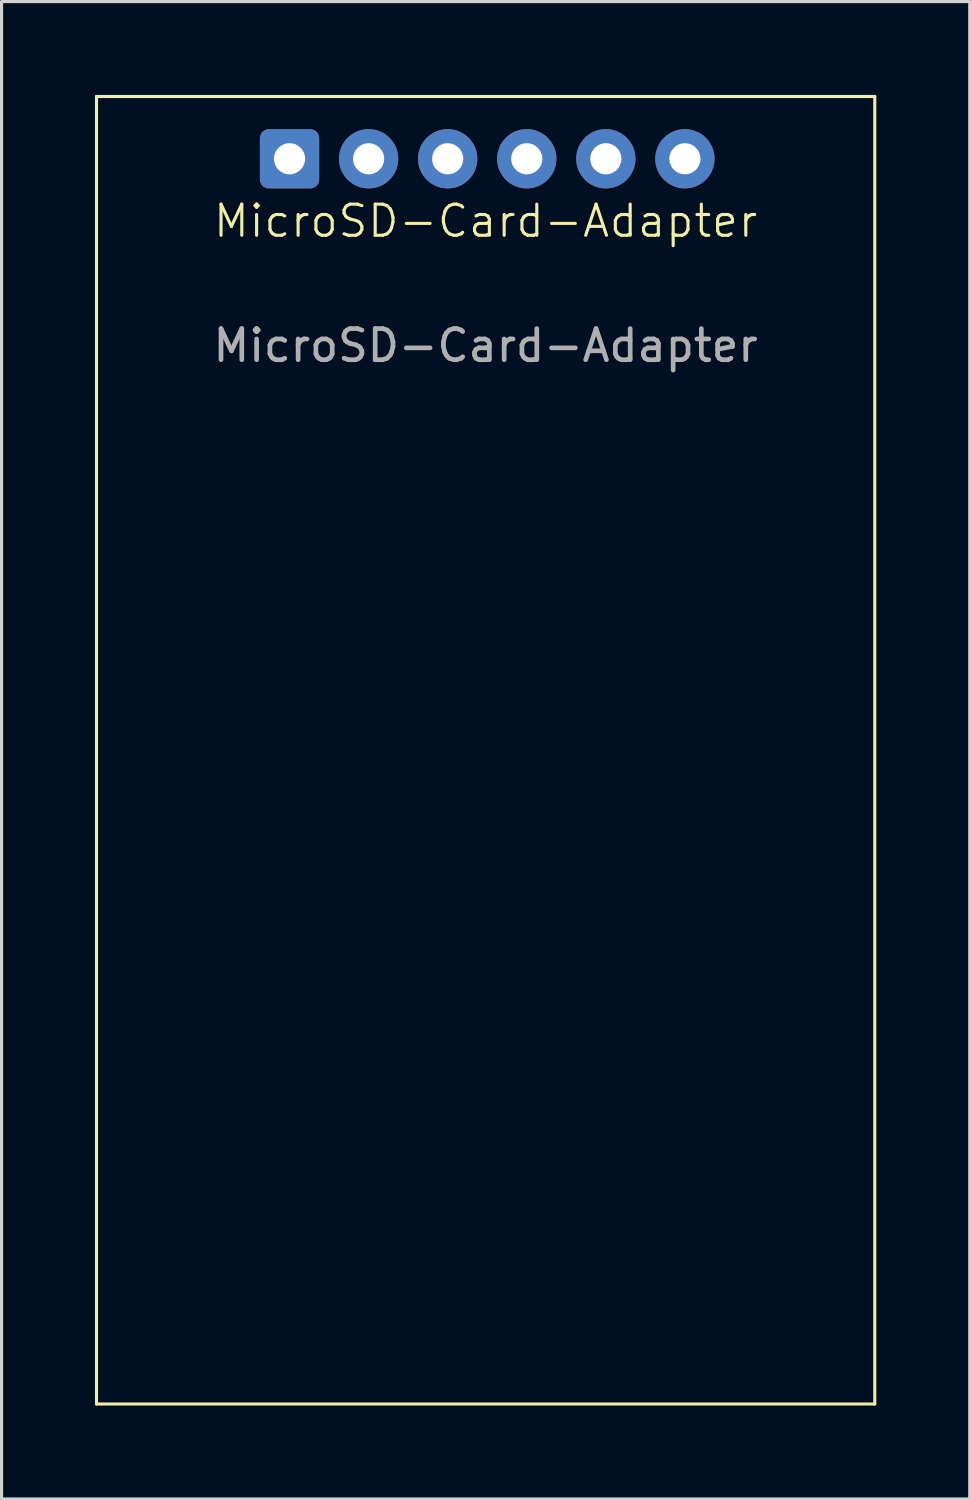
<source format=kicad_pcb>
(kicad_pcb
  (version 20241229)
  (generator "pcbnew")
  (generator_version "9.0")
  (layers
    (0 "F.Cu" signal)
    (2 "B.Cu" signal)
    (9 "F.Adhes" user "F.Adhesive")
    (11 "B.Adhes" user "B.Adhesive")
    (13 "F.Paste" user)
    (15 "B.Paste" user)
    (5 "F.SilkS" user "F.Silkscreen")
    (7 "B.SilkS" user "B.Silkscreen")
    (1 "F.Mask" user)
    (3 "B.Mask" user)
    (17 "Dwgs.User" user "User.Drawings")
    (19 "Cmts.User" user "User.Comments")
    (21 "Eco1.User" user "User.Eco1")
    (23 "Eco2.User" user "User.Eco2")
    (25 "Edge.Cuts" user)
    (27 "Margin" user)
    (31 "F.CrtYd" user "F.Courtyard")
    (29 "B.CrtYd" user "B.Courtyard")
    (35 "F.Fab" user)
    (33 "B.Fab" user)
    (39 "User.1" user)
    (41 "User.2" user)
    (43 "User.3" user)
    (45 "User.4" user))
  (footprint "MicroSD-Card-Adapter"
    (layer "F.Cu")
    (at 12.55 2.05)
    (property "Reference" "MicroSD-Card-Adapter" (at 0 2 0) (unlocked yes) (layer "F.SilkS") (effects (font (size 1 1) (thickness 0.1))))
    (attr smd)
    (fp_line (start -12.5 -2) (end 12.5 -2) (stroke (width 0.1) (type default)) (layer "F.SilkS"))
    (fp_line (start -12.5 40) (end -12.5 -2) (stroke (width 0.1) (type default)) (layer "F.SilkS"))
    (fp_line (start 12.5 -2) (end 12.5 40) (stroke (width 0.1) (type default)) (layer "F.SilkS"))
    (fp_line (start 12.5 40) (end -12.5 40) (stroke (width 0.1) (type default)) (layer "F.SilkS"))
    (fp_text user "${REFERENCE}" (at 0 6 0) (unlocked yes) (layer "F.Fab") (effects (font (size 1 1) (thickness 0.15))))
    (pad "1" thru_hole roundrect (at -6.299 0) (size 1.905 1.905) (drill 1) (layers "*.Cu" "*.Mask") (roundrect_rratio 0.15))
    (pad "2" thru_hole circle (at -3.759 0) (size 1.905 1.905) (drill 1) (layers "*.Cu" "*.Mask"))
    (pad "3" thru_hole circle (at -1.219 0) (size 1.905 1.905) (drill 1) (layers "*.Cu" "*.Mask"))
    (pad "4" thru_hole circle (at 1.321 0) (size 1.905 1.905) (drill 1) (layers "*.Cu" "*.Mask"))
    (pad "5" thru_hole circle (at 3.861 0) (size 1.905 1.905) (drill 1) (layers "*.Cu" "*.Mask"))
    (pad "6" thru_hole circle (at 6.401 0) (size 1.905 1.905) (drill 1) (layers "*.Cu" "*.Mask"))
    (zone (net_name "") (layer "F.SilkS") (hatch edge 0.5) (connect_pads) (min_thickness 0.25) (filled_areas_thickness no) (keepout (tracks allowed) (vias allowed) (pads not_allowed) (copperpour allowed) (footprints not_allowed)) (placement (enabled no)) (fill) (polygon (pts (xy 0.05 0.05) (xy 25.05 0.05) (xy 25.05 42.05) (xy 0.05 42.05)))))
  (gr_rect
    (start -3 -3)
    (end 28.1 45.1)
    (stroke (width 0.1) (type default))
    (fill no)
    (layer "Edge.Cuts")))
</source>
